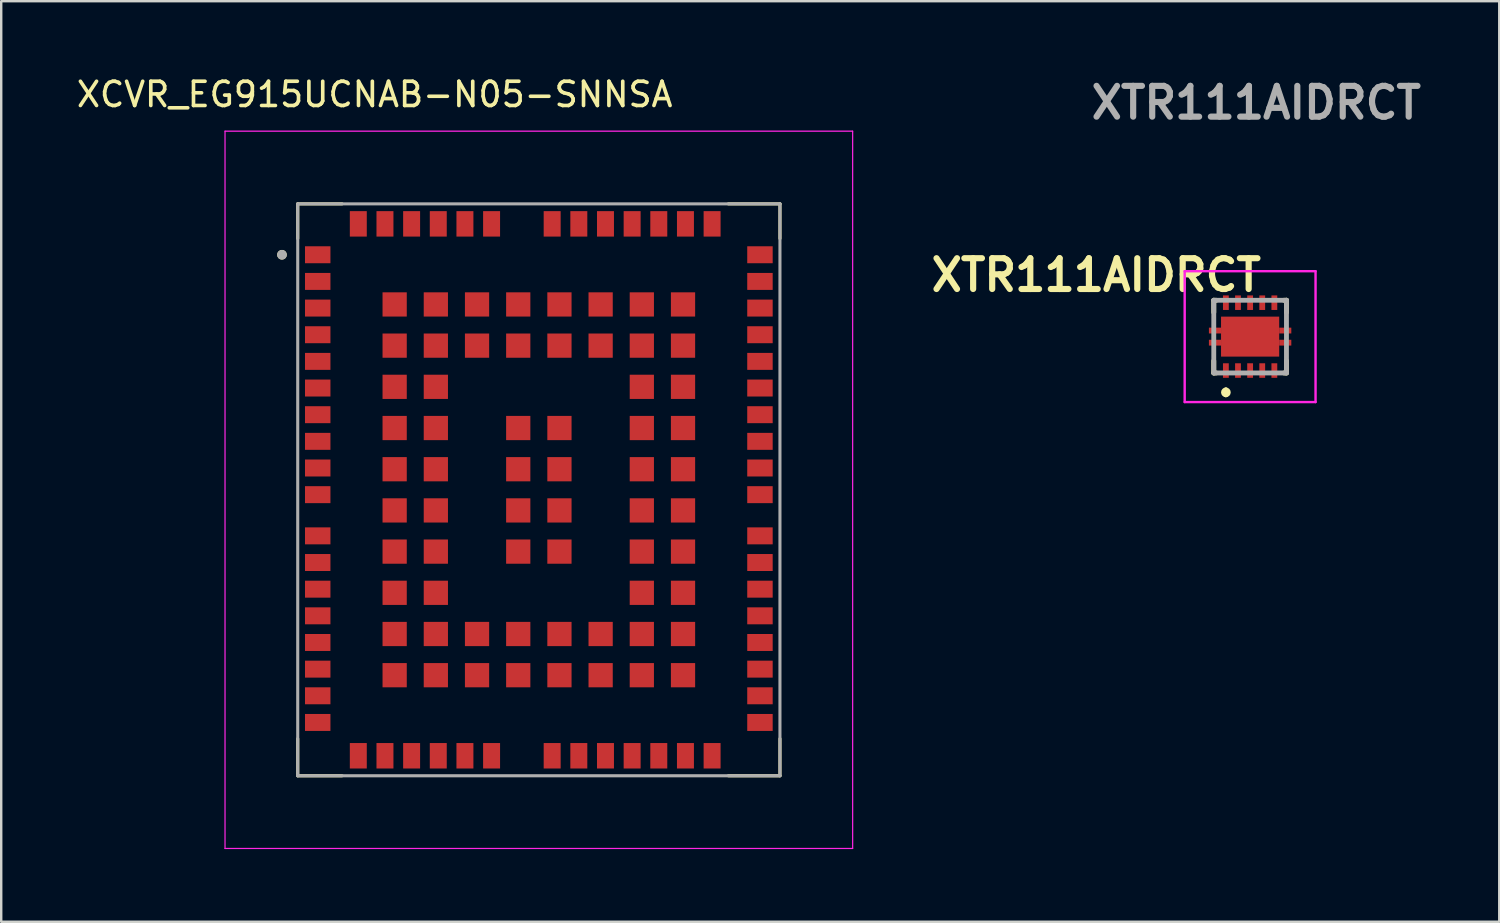
<source format=kicad_pcb>
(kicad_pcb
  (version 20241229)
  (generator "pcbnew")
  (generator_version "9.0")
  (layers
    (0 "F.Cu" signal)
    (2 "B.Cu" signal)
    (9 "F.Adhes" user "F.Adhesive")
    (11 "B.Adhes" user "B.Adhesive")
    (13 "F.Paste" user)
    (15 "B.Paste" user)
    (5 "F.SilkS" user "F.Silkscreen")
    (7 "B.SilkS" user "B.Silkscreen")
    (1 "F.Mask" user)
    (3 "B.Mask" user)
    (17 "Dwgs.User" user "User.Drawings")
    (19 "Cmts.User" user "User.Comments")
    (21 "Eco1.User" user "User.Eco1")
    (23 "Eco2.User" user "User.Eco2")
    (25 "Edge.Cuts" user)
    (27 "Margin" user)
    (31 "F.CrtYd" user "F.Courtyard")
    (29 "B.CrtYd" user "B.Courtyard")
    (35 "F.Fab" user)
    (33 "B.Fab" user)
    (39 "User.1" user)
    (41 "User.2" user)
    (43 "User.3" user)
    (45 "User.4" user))
  (footprint "XCVR_EG915UCNAB-N05-SNNSA"
    (layer "F.Cu")
    (at 19.186 17.163)
    (property "Reference" "XCVR_EG915UCNAB-N05-SNNSA" (at -6.775 -16.315 0) (layer "F.SilkS") (effects (font (size 1 1) (thickness 0.15))))
    (attr smd)
    (fp_line (start -9.95 -11.8) (end -8.12 -11.8) (stroke (width 0.127) (type solid)) (layer "F.SilkS"))
    (fp_line (start -9.95 -10.37) (end -9.95 -11.8) (stroke (width 0.127) (type solid)) (layer "F.SilkS"))
    (fp_line (start -9.95 11.8) (end -9.95 10.27) (stroke (width 0.127) (type solid)) (layer "F.SilkS"))
    (fp_line (start -8.12 11.8) (end -9.95 11.8) (stroke (width 0.127) (type solid)) (layer "F.SilkS"))
    (fp_line (start 7.82 -11.8) (end 9.95 -11.8) (stroke (width 0.127) (type solid)) (layer "F.SilkS"))
    (fp_line (start 9.95 -11.8) (end 9.95 -10.37) (stroke (width 0.127) (type solid)) (layer "F.SilkS"))
    (fp_line (start 9.95 11.8) (end 7.82 11.8) (stroke (width 0.127) (type solid)) (layer "F.SilkS"))
    (fp_line (start 9.95 11.8) (end 9.95 10.27) (stroke (width 0.127) (type solid)) (layer "F.SilkS"))
    (fp_circle (center -10.6 -9.7) (end -10.5 -9.7) (stroke (width 0.2) (type solid)) (fill no) (layer "F.SilkS"))
    (fp_line (start -12.95 -14.8) (end 12.95 -14.8) (stroke (width 0.05) (type solid)) (layer "F.CrtYd"))
    (fp_line (start -12.95 14.8) (end -12.95 -14.8) (stroke (width 0.05) (type solid)) (layer "F.CrtYd"))
    (fp_line (start 12.95 -14.8) (end 12.95 14.8) (stroke (width 0.05) (type solid)) (layer "F.CrtYd"))
    (fp_line (start 12.95 14.8) (end -12.95 14.8) (stroke (width 0.05) (type solid)) (layer "F.CrtYd"))
    (fp_line (start -9.95 -11.8) (end 9.95 -11.8) (stroke (width 0.127) (type solid)) (layer "F.Fab"))
    (fp_line (start -9.95 11.8) (end -9.95 -11.8) (stroke (width 0.127) (type solid)) (layer "F.Fab"))
    (fp_line (start 9.95 -11.8) (end 9.95 11.8) (stroke (width 0.127) (type solid)) (layer "F.Fab"))
    (fp_line (start 9.95 11.8) (end -9.95 11.8) (stroke (width 0.127) (type solid)) (layer "F.Fab"))
    (fp_circle (center -10.6 -9.7) (end -10.5 -9.7) (stroke (width 0.2) (type solid)) (fill no) (layer "F.Fab"))
    (pad "1" smd rect (at -9.125 -9.7) (size 1.05 0.7) (layers "F.Cu" "F.Mask" "F.Paste"))
    (pad "2" smd rect (at -9.125 -8.6) (size 1.05 0.7) (layers "F.Cu" "F.Mask" "F.Paste"))
    (pad "3" smd rect (at -9.125 -7.5) (size 1.05 0.7) (layers "F.Cu" "F.Mask" "F.Paste"))
    (pad "4" smd rect (at -9.125 -6.4) (size 1.05 0.7) (layers "F.Cu" "F.Mask" "F.Paste"))
    (pad "5" smd rect (at -9.125 -5.3) (size 1.05 0.7) (layers "F.Cu" "F.Mask" "F.Paste"))
    (pad "6" smd rect (at -9.125 -4.2) (size 1.05 0.7) (layers "F.Cu" "F.Mask" "F.Paste"))
    (pad "7" smd rect (at -9.125 -3.1) (size 1.05 0.7) (layers "F.Cu" "F.Mask" "F.Paste"))
    (pad "8" smd rect (at -9.125 -2) (size 1.05 0.7) (layers "F.Cu" "F.Mask" "F.Paste"))
    (pad "9" smd rect (at -9.125 -0.9) (size 1.05 0.7) (layers "F.Cu" "F.Mask" "F.Paste"))
    (pad "10" smd rect (at -9.125 0.2) (size 1.05 0.7) (layers "F.Cu" "F.Mask" "F.Paste"))
    (pad "11" smd rect (at -9.125 1.9) (size 1.05 0.7) (layers "F.Cu" "F.Mask" "F.Paste"))
    (pad "12" smd rect (at -9.125 3) (size 1.05 0.7) (layers "F.Cu" "F.Mask" "F.Paste"))
    (pad "13" smd rect (at -9.125 4.1) (size 1.05 0.7) (layers "F.Cu" "F.Mask" "F.Paste"))
    (pad "14" smd rect (at -9.125 5.2) (size 1.05 0.7) (layers "F.Cu" "F.Mask" "F.Paste"))
    (pad "15" smd rect (at -9.125 6.3) (size 1.05 0.7) (layers "F.Cu" "F.Mask" "F.Paste"))
    (pad "16" smd rect (at -9.125 7.4) (size 1.05 0.7) (layers "F.Cu" "F.Mask" "F.Paste"))
    (pad "17" smd rect (at -9.125 8.5) (size 1.05 0.7) (layers "F.Cu" "F.Mask" "F.Paste"))
    (pad "18" smd rect (at -9.125 9.6) (size 1.05 0.7) (layers "F.Cu" "F.Mask" "F.Paste"))
    (pad "19" smd rect (at -7.45 10.975) (size 0.7 1.05) (layers "F.Cu" "F.Mask" "F.Paste"))
    (pad "20" smd rect (at -6.35 10.975) (size 0.7 1.05) (layers "F.Cu" "F.Mask" "F.Paste"))
    (pad "21" smd rect (at -5.25 10.975) (size 0.7 1.05) (layers "F.Cu" "F.Mask" "F.Paste"))
    (pad "22" smd rect (at -4.15 10.975) (size 0.7 1.05) (layers "F.Cu" "F.Mask" "F.Paste"))
    (pad "23" smd rect (at -3.05 10.975) (size 0.7 1.05) (layers "F.Cu" "F.Mask" "F.Paste"))
    (pad "24" smd rect (at -1.95 10.975) (size 0.7 1.05) (layers "F.Cu" "F.Mask" "F.Paste"))
    (pad "25" smd rect (at 0.55 10.975) (size 0.7 1.05) (layers "F.Cu" "F.Mask" "F.Paste"))
    (pad "26" smd rect (at 1.65 10.975) (size 0.7 1.05) (layers "F.Cu" "F.Mask" "F.Paste"))
    (pad "27" smd rect (at 2.75 10.975) (size 0.7 1.05) (layers "F.Cu" "F.Mask" "F.Paste"))
    (pad "28" smd rect (at 3.85 10.975) (size 0.7 1.05) (layers "F.Cu" "F.Mask" "F.Paste"))
    (pad "29" smd rect (at 4.95 10.975) (size 0.7 1.05) (layers "F.Cu" "F.Mask" "F.Paste"))
    (pad "30" smd rect (at 6.05 10.975) (size 0.7 1.05) (layers "F.Cu" "F.Mask" "F.Paste"))
    (pad "31" smd rect (at 7.15 10.975) (size 0.7 1.05) (layers "F.Cu" "F.Mask" "F.Paste"))
    (pad "32" smd rect (at 9.125 9.6) (size 1.05 0.7) (layers "F.Cu" "F.Mask" "F.Paste"))
    (pad "33" smd rect (at 9.125 8.5) (size 1.05 0.7) (layers "F.Cu" "F.Mask" "F.Paste"))
    (pad "34" smd rect (at 9.125 7.4) (size 1.05 0.7) (layers "F.Cu" "F.Mask" "F.Paste"))
    (pad "35" smd rect (at 9.125 6.3) (size 1.05 0.7) (layers "F.Cu" "F.Mask" "F.Paste"))
    (pad "36" smd rect (at 9.125 5.2) (size 1.05 0.7) (layers "F.Cu" "F.Mask" "F.Paste"))
    (pad "37" smd rect (at 9.125 4.1) (size 1.05 0.7) (layers "F.Cu" "F.Mask" "F.Paste"))
    (pad "38" smd rect (at 9.125 3) (size 1.05 0.7) (layers "F.Cu" "F.Mask" "F.Paste"))
    (pad "39" smd rect (at 9.125 1.9) (size 1.05 0.7) (layers "F.Cu" "F.Mask" "F.Paste"))
    (pad "40" smd rect (at 9.125 0.2) (size 1.05 0.7) (layers "F.Cu" "F.Mask" "F.Paste"))
    (pad "41" smd rect (at 9.125 -0.9) (size 1.05 0.7) (layers "F.Cu" "F.Mask" "F.Paste"))
    (pad "42" smd rect (at 9.125 -2) (size 1.05 0.7) (layers "F.Cu" "F.Mask" "F.Paste"))
    (pad "43" smd rect (at 9.125 -3.1) (size 1.05 0.7) (layers "F.Cu" "F.Mask" "F.Paste"))
    (pad "44" smd rect (at 9.125 -4.2) (size 1.05 0.7) (layers "F.Cu" "F.Mask" "F.Paste"))
    (pad "45" smd rect (at 9.125 -5.3) (size 1.05 0.7) (layers "F.Cu" "F.Mask" "F.Paste"))
    (pad "46" smd rect (at 9.125 -6.4) (size 1.05 0.7) (layers "F.Cu" "F.Mask" "F.Paste"))
    (pad "47" smd rect (at 9.125 -7.5) (size 1.05 0.7) (layers "F.Cu" "F.Mask" "F.Paste"))
    (pad "48" smd rect (at 9.125 -8.6) (size 1.05 0.7) (layers "F.Cu" "F.Mask" "F.Paste"))
    (pad "49" smd rect (at 9.125 -9.7) (size 1.05 0.7) (layers "F.Cu" "F.Mask" "F.Paste"))
    (pad "50" smd rect (at 7.15 -10.975) (size 0.7 1.05) (layers "F.Cu" "F.Mask" "F.Paste"))
    (pad "51" smd rect (at 6.05 -10.975) (size 0.7 1.05) (layers "F.Cu" "F.Mask" "F.Paste"))
    (pad "52" smd rect (at 4.95 -10.975) (size 0.7 1.05) (layers "F.Cu" "F.Mask" "F.Paste"))
    (pad "53" smd rect (at 3.85 -10.975) (size 0.7 1.05) (layers "F.Cu" "F.Mask" "F.Paste"))
    (pad "54" smd rect (at 2.75 -10.975) (size 0.7 1.05) (layers "F.Cu" "F.Mask" "F.Paste"))
    (pad "55" smd rect (at 1.65 -10.975) (size 0.7 1.05) (layers "F.Cu" "F.Mask" "F.Paste"))
    (pad "56" smd rect (at 0.55 -10.975) (size 0.7 1.05) (layers "F.Cu" "F.Mask" "F.Paste"))
    (pad "57" smd rect (at -1.95 -10.975) (size 0.7 1.05) (layers "F.Cu" "F.Mask" "F.Paste"))
    (pad "58" smd rect (at -3.05 -10.975) (size 0.7 1.05) (layers "F.Cu" "F.Mask" "F.Paste"))
    (pad "59" smd rect (at -4.15 -10.975) (size 0.7 1.05) (layers "F.Cu" "F.Mask" "F.Paste"))
    (pad "60" smd rect (at -5.25 -10.975) (size 0.7 1.05) (layers "F.Cu" "F.Mask" "F.Paste"))
    (pad "61" smd rect (at -6.35 -10.975) (size 0.7 1.05) (layers "F.Cu" "F.Mask" "F.Paste"))
    (pad "62" smd rect (at -7.45 -10.975) (size 0.7 1.05) (layers "F.Cu" "F.Mask" "F.Paste"))
    (pad "63" smd rect (at -5.95 -4.25) (size 1 1) (layers "F.Cu" "F.Mask" "F.Paste"))
    (pad "64" smd rect (at -5.95 -2.55) (size 1 1) (layers "F.Cu" "F.Mask" "F.Paste"))
    (pad "65" smd rect (at -5.95 -0.85) (size 1 1) (layers "F.Cu" "F.Mask" "F.Paste"))
    (pad "66" smd rect (at -5.95 0.85) (size 1 1) (layers "F.Cu" "F.Mask" "F.Paste"))
    (pad "67" smd rect (at -5.95 2.55) (size 1 1) (layers "F.Cu" "F.Mask" "F.Paste"))
    (pad "68" smd rect (at -5.95 4.25) (size 1 1) (layers "F.Cu" "F.Mask" "F.Paste"))
    (pad "69" smd rect (at -2.55 7.65) (size 1 1) (layers "F.Cu" "F.Mask" "F.Paste"))
    (pad "70" smd rect (at -0.85 7.65) (size 1 1) (layers "F.Cu" "F.Mask" "F.Paste"))
    (pad "71" smd rect (at 0.85 7.65) (size 1 1) (layers "F.Cu" "F.Mask" "F.Paste"))
    (pad "72" smd rect (at 2.55 7.65) (size 1 1) (layers "F.Cu" "F.Mask" "F.Paste"))
    (pad "73" smd rect (at 5.95 4.25) (size 1 1) (layers "F.Cu" "F.Mask" "F.Paste"))
    (pad "74" smd rect (at 5.95 2.55) (size 1 1) (layers "F.Cu" "F.Mask" "F.Paste"))
    (pad "75" smd rect (at 5.95 0.85) (size 1 1) (layers "F.Cu" "F.Mask" "F.Paste"))
    (pad "76" smd rect (at 5.95 -0.85) (size 1 1) (layers "F.Cu" "F.Mask" "F.Paste"))
    (pad "77" smd rect (at 5.95 -2.55) (size 1 1) (layers "F.Cu" "F.Mask" "F.Paste"))
    (pad "78" smd rect (at 5.95 -4.25) (size 1 1) (layers "F.Cu" "F.Mask" "F.Paste"))
    (pad "79" smd rect (at 2.55 -7.65) (size 1 1) (layers "F.Cu" "F.Mask" "F.Paste"))
    (pad "80" smd rect (at 0.85 -7.65) (size 1 1) (layers "F.Cu" "F.Mask" "F.Paste"))
    (pad "81" smd rect (at -0.85 -7.65) (size 1 1) (layers "F.Cu" "F.Mask" "F.Paste"))
    (pad "82" smd rect (at -2.55 -7.65) (size 1 1) (layers "F.Cu" "F.Mask" "F.Paste"))
    (pad "83" smd rect (at -4.25 -4.25) (size 1 1) (layers "F.Cu" "F.Mask" "F.Paste"))
    (pad "84" smd rect (at -4.25 -2.55) (size 1 1) (layers "F.Cu" "F.Mask" "F.Paste"))
    (pad "85" smd rect (at -4.25 -0.85) (size 1 1) (layers "F.Cu" "F.Mask" "F.Paste"))
    (pad "86" smd rect (at -4.25 0.85) (size 1 1) (layers "F.Cu" "F.Mask" "F.Paste"))
    (pad "87" smd rect (at -4.25 2.55) (size 1 1) (layers "F.Cu" "F.Mask" "F.Paste"))
    (pad "88" smd rect (at -4.25 4.25) (size 1 1) (layers "F.Cu" "F.Mask" "F.Paste"))
    (pad "89" smd rect (at -2.55 5.95) (size 1 1) (layers "F.Cu" "F.Mask" "F.Paste"))
    (pad "90" smd rect (at -0.85 5.95) (size 1 1) (layers "F.Cu" "F.Mask" "F.Paste"))
    (pad "91" smd rect (at 0.85 5.95) (size 1 1) (layers "F.Cu" "F.Mask" "F.Paste"))
    (pad "92" smd rect (at 2.55 5.95) (size 1 1) (layers "F.Cu" "F.Mask" "F.Paste"))
    (pad "93" smd rect (at 4.25 4.25) (size 1 1) (layers "F.Cu" "F.Mask" "F.Paste"))
    (pad "94" smd rect (at 4.25 2.55) (size 1 1) (layers "F.Cu" "F.Mask" "F.Paste"))
    (pad "95" smd rect (at 4.25 0.85) (size 1 1) (layers "F.Cu" "F.Mask" "F.Paste"))
    (pad "96" smd rect (at 4.25 -0.85) (size 1 1) (layers "F.Cu" "F.Mask" "F.Paste"))
    (pad "97" smd rect (at 4.25 -2.55) (size 1 1) (layers "F.Cu" "F.Mask" "F.Paste"))
    (pad "98" smd rect (at 4.25 -4.25) (size 1 1) (layers "F.Cu" "F.Mask" "F.Paste"))
    (pad "99" smd rect (at 2.55 -5.95) (size 1 1) (layers "F.Cu" "F.Mask" "F.Paste"))
    (pad "100" smd rect (at 0.85 -5.95) (size 1 1) (layers "F.Cu" "F.Mask" "F.Paste"))
    (pad "101" smd rect (at -0.85 -5.95) (size 1 1) (layers "F.Cu" "F.Mask" "F.Paste"))
    (pad "102" smd rect (at -2.55 -5.95) (size 1 1) (layers "F.Cu" "F.Mask" "F.Paste"))
    (pad "103" smd rect (at -5.95 -7.65) (size 1 1) (layers "F.Cu" "F.Mask" "F.Paste"))
    (pad "104" smd rect (at -5.95 -5.95) (size 1 1) (layers "F.Cu" "F.Mask" "F.Paste"))
    (pad "105" smd rect (at -5.95 5.95) (size 1 1) (layers "F.Cu" "F.Mask" "F.Paste"))
    (pad "106" smd rect (at -5.95 7.65) (size 1 1) (layers "F.Cu" "F.Mask" "F.Paste"))
    (pad "107" smd rect (at -4.25 7.65) (size 1 1) (layers "F.Cu" "F.Mask" "F.Paste"))
    (pad "108" smd rect (at 4.25 7.65) (size 1 1) (layers "F.Cu" "F.Mask" "F.Paste"))
    (pad "109" smd rect (at 5.95 7.65) (size 1 1) (layers "F.Cu" "F.Mask" "F.Paste"))
    (pad "110" smd rect (at 5.95 5.95) (size 1 1) (layers "F.Cu" "F.Mask" "F.Paste"))
    (pad "111" smd rect (at 5.95 -5.95) (size 1 1) (layers "F.Cu" "F.Mask" "F.Paste"))
    (pad "112" smd rect (at 5.95 -7.65) (size 1 1) (layers "F.Cu" "F.Mask" "F.Paste"))
    (pad "113" smd rect (at 4.25 -7.65) (size 1 1) (layers "F.Cu" "F.Mask" "F.Paste"))
    (pad "114" smd rect (at -4.25 -7.65) (size 1 1) (layers "F.Cu" "F.Mask" "F.Paste"))
    (pad "115" smd rect (at -4.25 -5.95) (size 1 1) (layers "F.Cu" "F.Mask" "F.Paste"))
    (pad "116" smd rect (at -4.25 5.95) (size 1 1) (layers "F.Cu" "F.Mask" "F.Paste"))
    (pad "117" smd rect (at 4.25 5.95) (size 1 1) (layers "F.Cu" "F.Mask" "F.Paste"))
    (pad "118" smd rect (at 4.25 -5.95) (size 1 1) (layers "F.Cu" "F.Mask" "F.Paste"))
    (pad "119" smd rect (at -0.85 -2.55) (size 1 1) (layers "F.Cu" "F.Mask" "F.Paste"))
    (pad "120" smd rect (at -0.85 -0.85) (size 1 1) (layers "F.Cu" "F.Mask" "F.Paste"))
    (pad "121" smd rect (at -0.85 0.85) (size 1 1) (layers "F.Cu" "F.Mask" "F.Paste"))
    (pad "122" smd rect (at -0.85 2.55) (size 1 1) (layers "F.Cu" "F.Mask" "F.Paste"))
    (pad "123" smd rect (at 0.85 2.55) (size 1 1) (layers "F.Cu" "F.Mask" "F.Paste"))
    (pad "124" smd rect (at 0.85 0.85) (size 1 1) (layers "F.Cu" "F.Mask" "F.Paste"))
    (pad "125" smd rect (at 0.85 -0.85) (size 1 1) (layers "F.Cu" "F.Mask" "F.Paste"))
    (pad "126" smd rect (at 0.85 -2.55) (size 1 1) (layers "F.Cu" "F.Mask" "F.Paste")))
  (footprint "XTR111AIDRCT"
    (layer "F.Cu")
    (at 48.538 10.841)
    (property "Reference" "XTR111AIDRCT" (at -6.35 -2.54 0) (layer "F.SilkS") (effects (font (size 1.27 1.27) (thickness 0.254))))
    (attr smd)
    (fp_line (start -1.5 -1.5) (end -1.5 -1) (stroke (width 0.2) (type solid)) (layer "F.SilkS"))
    (fp_line (start -1.5 1.5) (end -1.5 1) (stroke (width 0.2) (type solid)) (layer "F.SilkS"))
    (fp_line (start -1.4 -1.5) (end -1.5 -1.5) (stroke (width 0.2) (type solid)) (layer "F.SilkS"))
    (fp_line (start -1.4 1.5) (end -1.5 1.5) (stroke (width 0.2) (type solid)) (layer "F.SilkS"))
    (fp_line (start -1 2.2) (end -1 2.2) (stroke (width 0.2) (type solid)) (layer "F.SilkS"))
    (fp_line (start -1 2.4) (end -1 2.4) (stroke (width 0.2) (type solid)) (layer "F.SilkS"))
    (fp_line (start 1.4 -1.5) (end 1.5 -1.5) (stroke (width 0.2) (type solid)) (layer "F.SilkS"))
    (fp_line (start 1.4 1.5) (end 1.5 1.5) (stroke (width 0.2) (type solid)) (layer "F.SilkS"))
    (fp_line (start 1.5 -1.5) (end 1.5 -1) (stroke (width 0.2) (type solid)) (layer "F.SilkS"))
    (fp_line (start 1.5 1.5) (end 1.5 1) (stroke (width 0.2) (type solid)) (layer "F.SilkS"))
    (fp_arc (start -1 2.2) (mid -0.9 2.3) (end -1 2.4) (stroke (width 0.2) (type solid)) (layer "F.SilkS"))
    (fp_arc (start -1 2.4) (mid -1.1 2.3) (end -1 2.2) (stroke (width 0.2) (type solid)) (layer "F.SilkS"))
    (fp_line (start -2.7 -2.7) (end 2.7 -2.7) (stroke (width 0.1) (type solid)) (layer "F.CrtYd"))
    (fp_line (start -2.7 2.7) (end -2.7 -2.7) (stroke (width 0.1) (type solid)) (layer "F.CrtYd"))
    (fp_line (start 2.7 -2.7) (end 2.7 2.7) (stroke (width 0.1) (type solid)) (layer "F.CrtYd"))
    (fp_line (start 2.7 2.7) (end -2.7 2.7) (stroke (width 0.1) (type solid)) (layer "F.CrtYd"))
    (fp_line (start -1.5 -1.5) (end 1.5 -1.5) (stroke (width 0.2) (type solid)) (layer "F.Fab"))
    (fp_line (start -1.5 1.5) (end -1.5 -1.5) (stroke (width 0.2) (type solid)) (layer "F.Fab"))
    (fp_line (start 1.5 -1.5) (end 1.5 1.5) (stroke (width 0.2) (type solid)) (layer "F.Fab"))
    (fp_line (start 1.5 1.5) (end -1.5 1.5) (stroke (width 0.2) (type solid)) (layer "F.Fab"))
    (fp_text user "${REFERENCE}" (at 0.254 -9.652 0) (layer "F.Fab") (effects (font (size 1.27 1.27) (thickness 0.254))))
    (pad "1" smd rect (at -1 1.4) (size 0.24 0.6) (layers "F.Cu" "F.Mask" "F.Paste"))
    (pad "2" smd rect (at -0.5 1.4) (size 0.24 0.6) (layers "F.Cu" "F.Mask" "F.Paste"))
    (pad "3" smd rect (at 0 1.4) (size 0.24 0.6) (layers "F.Cu" "F.Mask" "F.Paste"))
    (pad "4" smd rect (at 0.5 1.4) (size 0.24 0.6) (layers "F.Cu" "F.Mask" "F.Paste"))
    (pad "5" smd rect (at 1 1.4) (size 0.24 0.6) (layers "F.Cu" "F.Mask" "F.Paste"))
    (pad "6" smd rect (at 1 -1.4) (size 0.24 0.6) (layers "F.Cu" "F.Mask" "F.Paste"))
    (pad "7" smd rect (at 0.5 -1.4) (size 0.24 0.6) (layers "F.Cu" "F.Mask" "F.Paste"))
    (pad "8" smd rect (at 0 -1.4) (size 0.24 0.6) (layers "F.Cu" "F.Mask" "F.Paste"))
    (pad "9" smd rect (at -0.5 -1.4) (size 0.24 0.6) (layers "F.Cu" "F.Mask" "F.Paste"))
    (pad "10" smd rect (at -1 -1.4) (size 0.24 0.6) (layers "F.Cu" "F.Mask" "F.Paste"))
    (pad "11" smd rect (at 0 0 90) (size 1.65 2.4) (layers "F.Cu" "F.Mask" "F.Paste"))
    (pad "A11" smd rect (at -1.45 0.25 90) (size 0.24 0.5) (layers "F.Cu" "F.Mask" "F.Paste"))
    (pad "B11" smd rect (at -1.45 -0.25 90) (size 0.24 0.5) (layers "F.Cu" "F.Mask" "F.Paste"))
    (pad "C11" smd rect (at 1.45 0.25 90) (size 0.24 0.5) (layers "F.Cu" "F.Mask" "F.Paste"))
    (pad "D11" smd rect (at 1.45 -0.25 90) (size 0.24 0.5) (layers "F.Cu" "F.Mask" "F.Paste")))
  (gr_rect
    (start -3 -3)
    (end 58.819 34.988)
    (stroke (width 0.1) (type default))
    (fill no)
    (layer "Edge.Cuts")))
</source>
